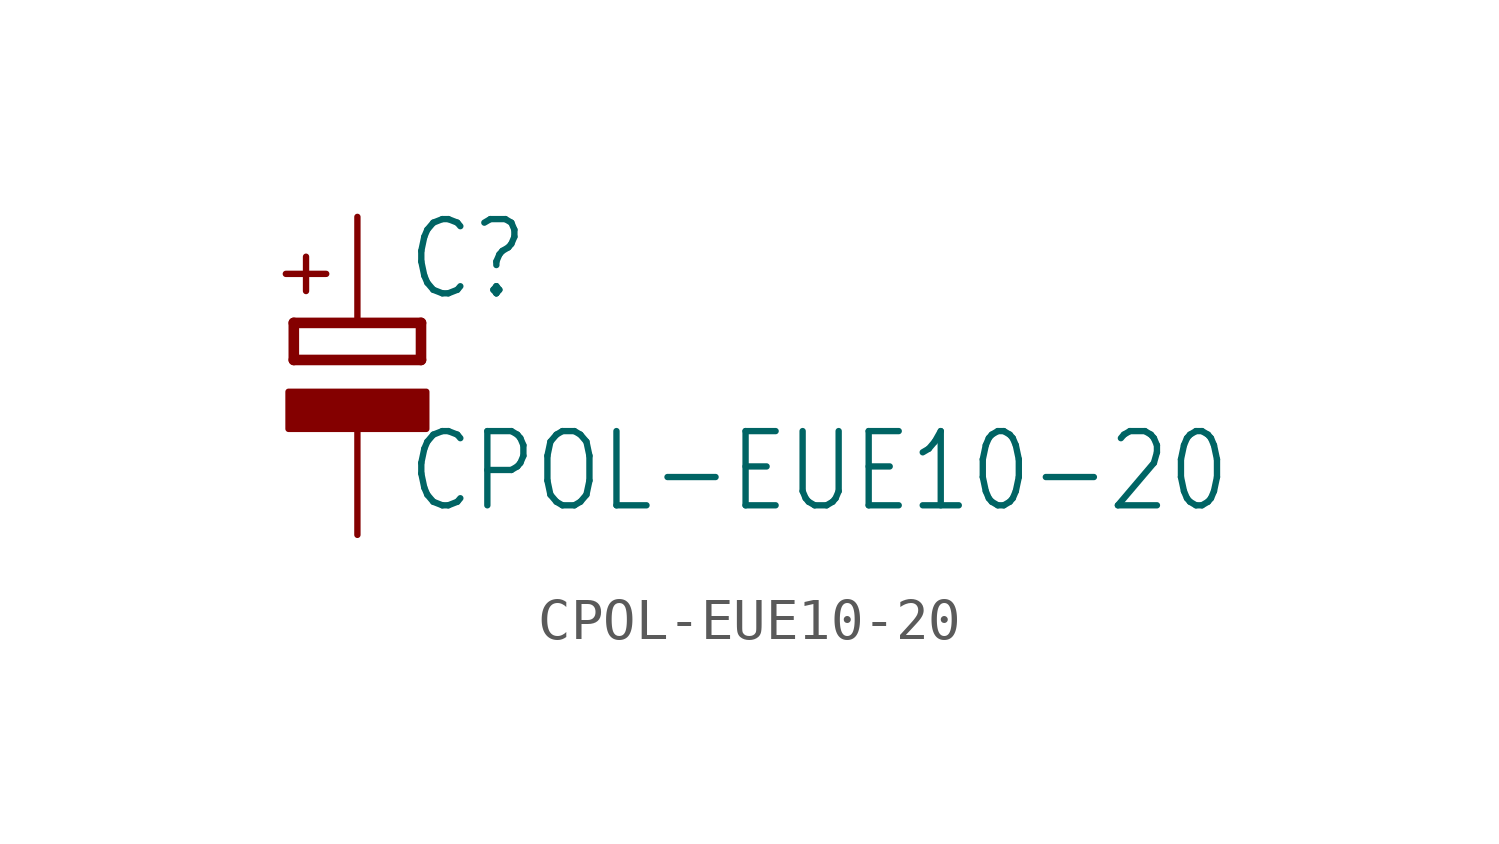
<source format=kicad_sym>
(kicad_symbol_lib
  (version 20220331)
  (generator kicad_symbol_editor)
  (symbol "CPOL-EUE10-20"
    (property "Reference" "C"
      (at 1.143 0.483 0)
      (effects (font (size 1.778 1.511)) (justify left bottom)))
    (property "Value" "CPOL-EUE10-20"
      (at 1.143 -4.597 0)
      (effects (font (size 1.778 1.511)) (justify left bottom)))
    (property "ki_locked" ""
      (at 0 0 0)
      (effects (font (size 1.27 1.27))))
    (symbol "CPOL-EUE10-20_1_0"
      (rectangle (start -1.651 -2.54) (end 1.651 -1.651) (stroke (width 0) (type default)) (fill (type outline)))
      (polyline (pts (xy -1.524 -0.889) (xy 1.524 -0.889)) (stroke (width 0.254) (type solid)) (fill (type none)))
      (polyline (pts (xy -1.524 0) (xy -1.524 -0.889)) (stroke (width 0.254) (type solid)) (fill (type none)))
      (polyline (pts (xy -1.524 0) (xy 1.524 0)) (stroke (width 0.254) (type solid)) (fill (type none)))
      (polyline (pts (xy 1.524 -0.889) (xy 1.524 0)) (stroke (width 0.254) (type solid)) (fill (type none)))
      (text "+" (at -0.584 0.406 900) (effects (font (size 1.27 1.079)) (justify left bottom)))
      (pin passive line (at 0 2.54 270) (length 2.54) (name "+" (effects (font (size 0 0)))) (number "+" (effects (font (size 0 0)))))
      (pin passive line (at 0 -5.08 90) (length 2.54) (name "-" (effects (font (size 0 0)))) (number "-" (effects (font (size 0 0))))))))
</source>
